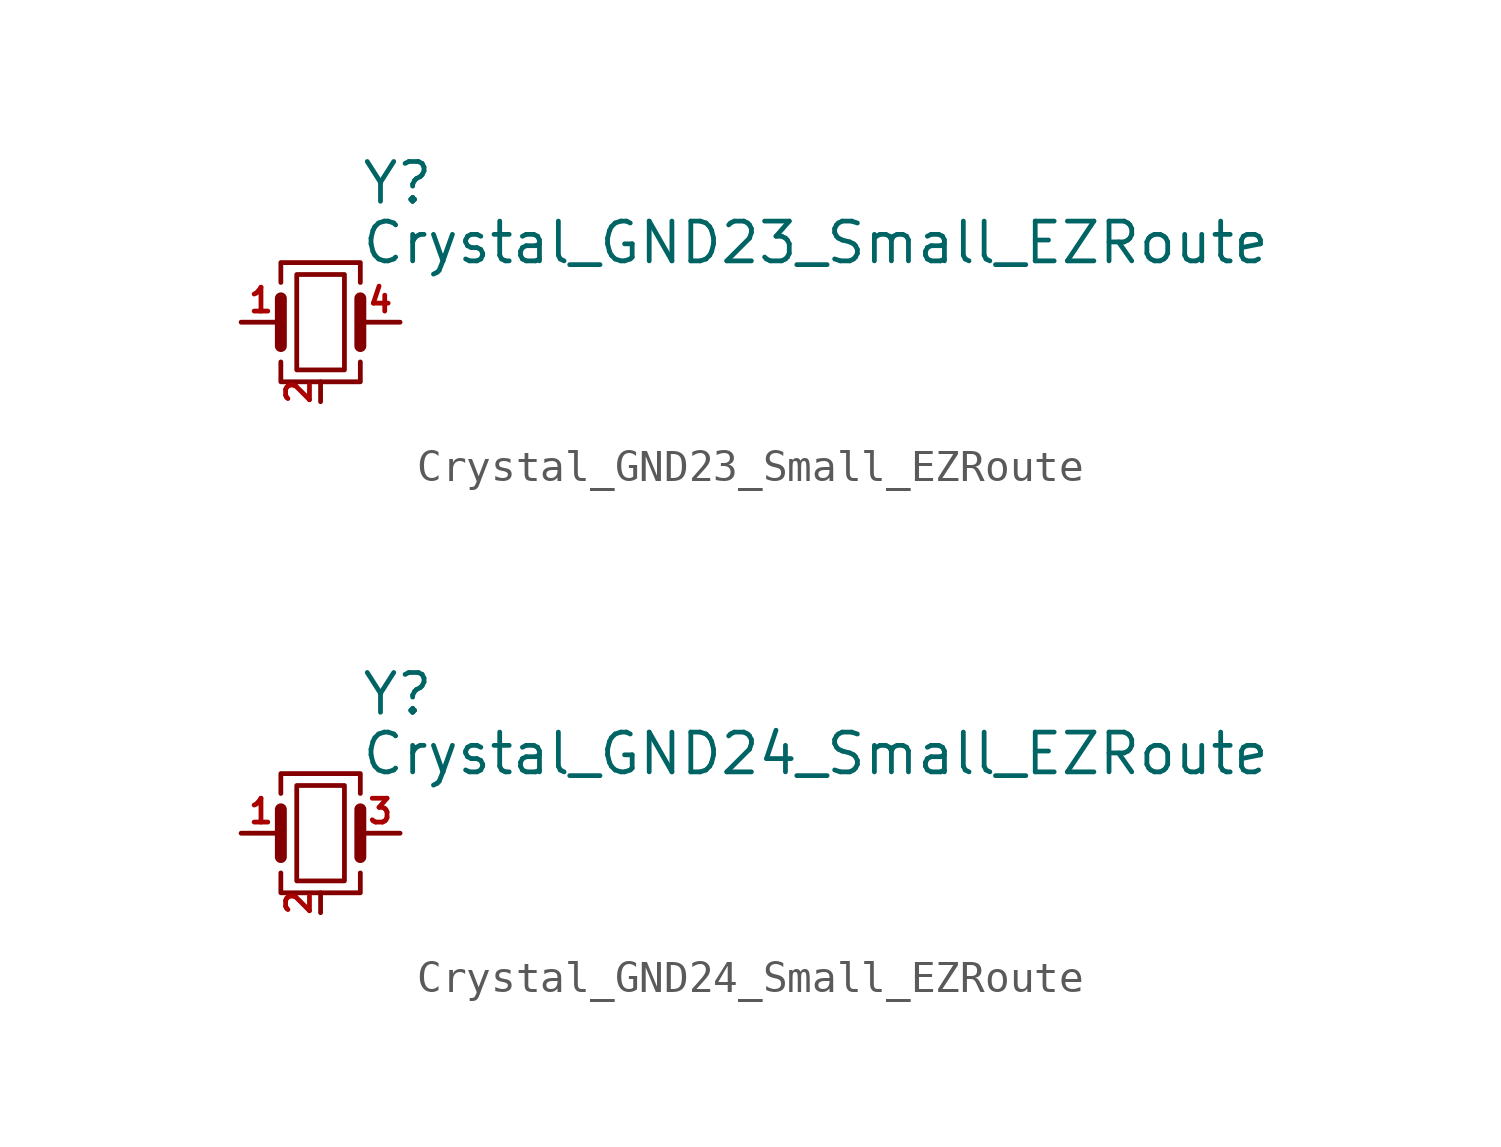
<source format=kicad_sym>
(kicad_symbol_lib
  (version 20231120)
  (generator "kicad_symbol_editor")
  (generator_version "8.0")
  (symbol "Crystal_GND23_Small_EZRoute"
    (pin_names
      (offset 1.016) hide)
    (property "Reference" "Y"
      (at 1.27 4.445 0)
      (effects (font (size 1.27 1.27)) (justify left)))
    (property "Value" "Crystal_GND23_Small_EZRoute"
      (at 1.27 2.54 0)
      (effects (font (size 1.27 1.27)) (justify left)))
    (symbol "Crystal_GND23_Small_EZRoute_0_1"
      (rectangle (start -0.762 -1.524) (end 0.762 1.524) (stroke (width 0) (type default)) (fill (type none)))
      (polyline (pts (xy -1.27 -0.762) (xy -1.27 0.762)) (stroke (width 0.381) (type default)) (fill (type none)))
      (polyline (pts (xy 1.27 -0.762) (xy 1.27 0.762)) (stroke (width 0.381) (type default)) (fill (type none)))
      (polyline (pts (xy -1.27 -1.27) (xy -1.27 -1.905) (xy 1.27 -1.905) (xy 1.27 -1.27)) (stroke (width 0) (type default)) (fill (type none)))
      (polyline (pts (xy -1.27 1.27) (xy -1.27 1.905) (xy 1.27 1.905) (xy 1.27 1.27)) (stroke (width 0) (type default)) (fill (type none))))
    (symbol "Crystal_GND23_Small_EZRoute_1_1"
      (pin passive line (at -2.54 0 0) (length 1.27) (name "1" (effects (font (size 1.27 1.27)))) (number "1" (effects (font (size 0.762 0.762)))))
      (pin passive line (at 0 -2.54 90) (length 0.635) (name "2" (effects (font (size 1.27 1.27)))) (number "2" (effects (font (size 0.762 0.762)))))
      (pin passive line (at 0 -2.54 90) (length 0.635) hide (name "3" (effects (font (size 1.27 1.27)))) (number "3" (effects (font (size 0.762 0.762)))))
      (pin passive line (at 2.54 0 180) (length 1.27) (name "4" (effects (font (size 1.27 1.27)))) (number "4" (effects (font (size 0.762 0.762)))))))
  (symbol "Crystal_GND24_Small_EZRoute"
    (pin_names
      (offset 1.016) hide)
    (property "Reference" "Y"
      (at 1.27 4.445 0)
      (effects (font (size 1.27 1.27)) (justify left)))
    (property "Value" "Crystal_GND24_Small_EZRoute"
      (at 1.27 2.54 0)
      (effects (font (size 1.27 1.27)) (justify left)))
    (symbol "Crystal_GND24_Small_EZRoute_0_1"
      (rectangle (start -0.762 -1.524) (end 0.762 1.524) (stroke (width 0) (type default)) (fill (type none)))
      (polyline (pts (xy -1.27 -0.762) (xy -1.27 0.762)) (stroke (width 0.381) (type default)) (fill (type none)))
      (polyline (pts (xy 1.27 -0.762) (xy 1.27 0.762)) (stroke (width 0.381) (type default)) (fill (type none)))
      (polyline (pts (xy -1.27 -1.27) (xy -1.27 -1.905) (xy 1.27 -1.905) (xy 1.27 -1.27)) (stroke (width 0) (type default)) (fill (type none)))
      (polyline (pts (xy -1.27 1.27) (xy -1.27 1.905) (xy 1.27 1.905) (xy 1.27 1.27)) (stroke (width 0) (type default)) (fill (type none))))
    (symbol "Crystal_GND24_Small_EZRoute_1_1"
      (pin passive line (at -2.54 0 0) (length 1.27) (name "1" (effects (font (size 1.27 1.27)))) (number "1" (effects (font (size 0.762 0.762)))))
      (pin passive line (at 0 -2.54 90) (length 0.635) (name "2" (effects (font (size 1.27 1.27)))) (number "2" (effects (font (size 0.762 0.762)))))
      (pin passive line (at 2.54 0 180) (length 1.27) (name "3" (effects (font (size 1.27 1.27)))) (number "3" (effects (font (size 0.762 0.762)))))
      (pin passive line (at 0 -2.54 90) (length 0.635) hide (name "4" (effects (font (size 1.27 1.27)))) (number "4" (effects (font (size 0.762 0.762))))))))
</source>
